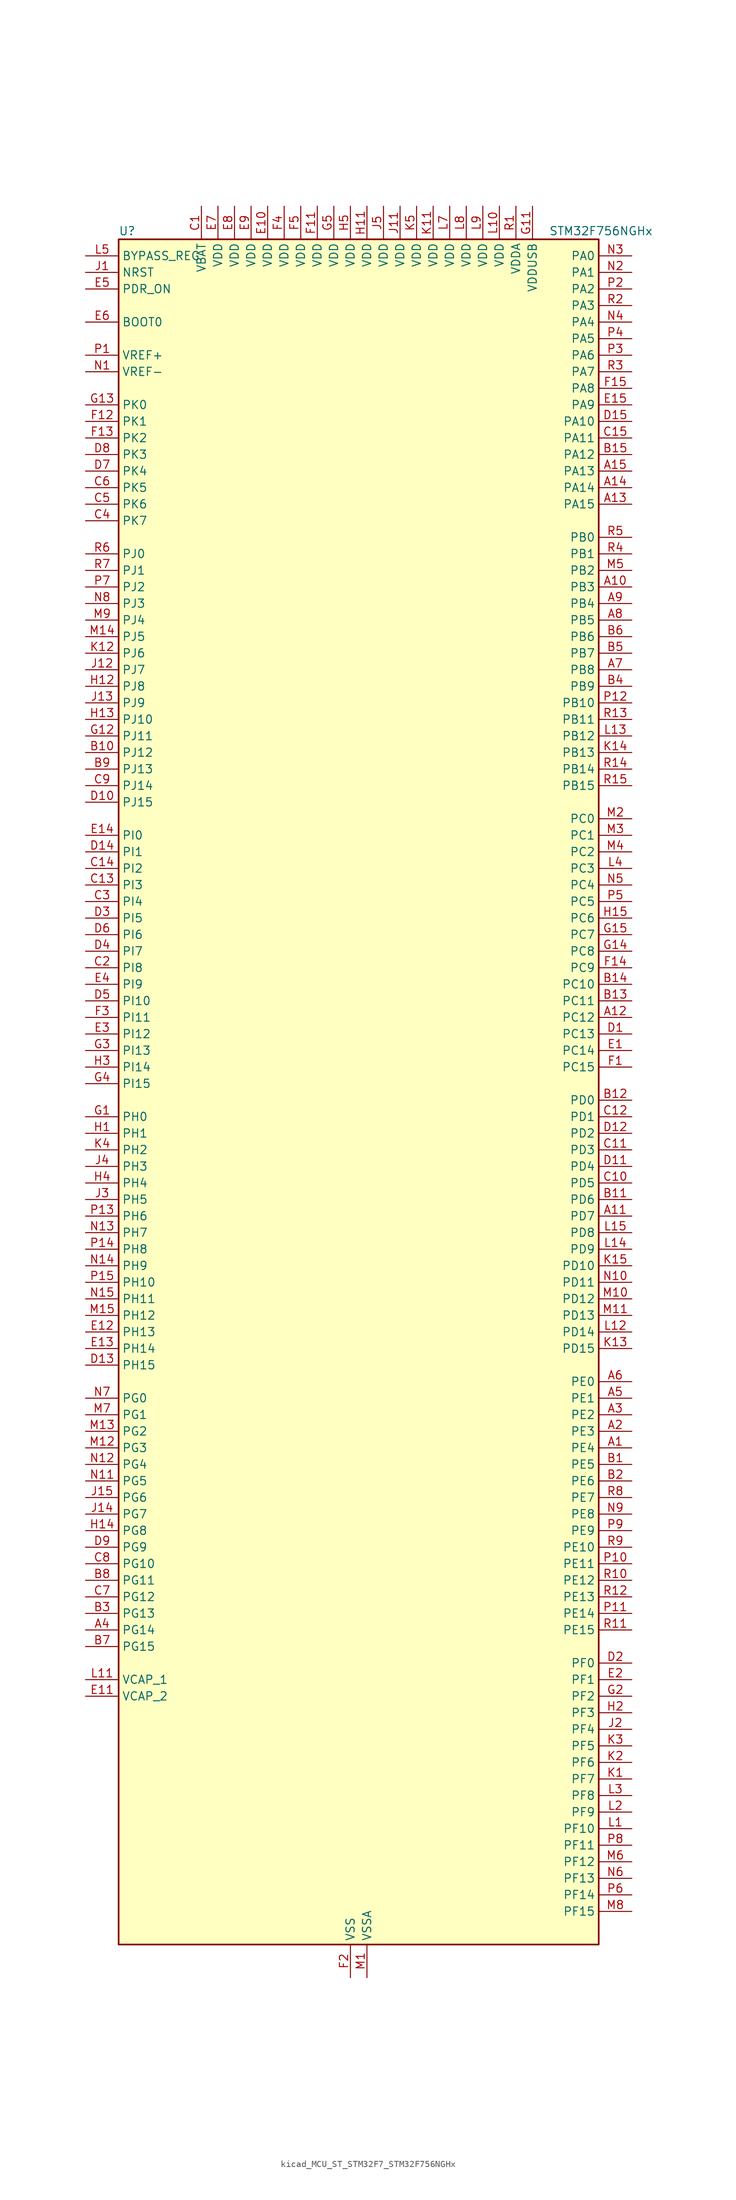
<source format=kicad_sym>
(kicad_symbol_lib
  (version 20220914)
  (generator kicad_symbol_editor)
  (symbol "kicad_MCU_ST_STM32F7_STM32F756NGHx"
    (property "Reference" "U"
      (at -35.56 133.35 0)
      (effects (font (size 1.27 1.27)) (justify left)))
    (property "Value" "STM32F756NGHx"
      (at 30.48 133.35 0)
      (effects (font (size 1.27 1.27)) (justify left)))
    (property "ki_locked" ""
      (at 0 0 0)
      (effects (font (size 1.27 1.27))))
    (symbol "kicad_MCU_ST_STM32F7_STM32F756NGHx_0_1"
      (rectangle (start -35.56 -129.54) (end 38.1 132.08) (stroke (width 0.254) (type default)) (fill (type background))))
    (symbol "kicad_MCU_ST_STM32F7_STM32F756NGHx_1_1"
      (pin bidirectional line (at 43.18 -53.34 180) (length 5.08) (name "PE4" (effects (font (size 1.27 1.27)))) (number "A1" (effects (font (size 1.27 1.27)))) (alternate "DCMI_D4" bidirectional line) (alternate "FMC_A20" bidirectional line) (alternate "LTDC_B0" bidirectional line) (alternate "SAI1_FS_A" bidirectional line) (alternate "SPI4_NSS" bidirectional line) (alternate "SYS_TRACED1" bidirectional line))
      (pin bidirectional line (at 43.18 78.74 180) (length 5.08) (name "PB3" (effects (font (size 1.27 1.27)))) (number "A10" (effects (font (size 1.27 1.27)))) (alternate "I2S1_CK" bidirectional line) (alternate "I2S3_CK" bidirectional line) (alternate "SPI1_SCK" bidirectional line) (alternate "SPI3_SCK" bidirectional line) (alternate "SYS_JTDO-SWO" bidirectional line) (alternate "TIM2_CH2" bidirectional line))
      (pin bidirectional line (at 43.18 -17.78 180) (length 5.08) (name "PD7" (effects (font (size 1.27 1.27)))) (number "A11" (effects (font (size 1.27 1.27)))) (alternate "FMC_NE1" bidirectional line) (alternate "SPDIFRX_IN0" bidirectional line) (alternate "USART2_CK" bidirectional line))
      (pin bidirectional line (at 43.18 12.7 180) (length 5.08) (name "PC12" (effects (font (size 1.27 1.27)))) (number "A12" (effects (font (size 1.27 1.27)))) (alternate "DCMI_D9" bidirectional line) (alternate "I2S3_SD" bidirectional line) (alternate "SDMMC1_CK" bidirectional line) (alternate "SPI3_MOSI" bidirectional line) (alternate "SYS_TRACED3" bidirectional line) (alternate "UART5_TX" bidirectional line) (alternate "USART3_CK" bidirectional line))
      (pin bidirectional line (at 43.18 91.44 180) (length 5.08) (name "PA15" (effects (font (size 1.27 1.27)))) (number "A13" (effects (font (size 1.27 1.27)))) (alternate "CEC" bidirectional line) (alternate "I2S1_WS" bidirectional line) (alternate "I2S3_WS" bidirectional line) (alternate "SPI1_NSS" bidirectional line) (alternate "SPI3_NSS" bidirectional line) (alternate "SYS_JTDI" bidirectional line) (alternate "TIM2_CH1" bidirectional line) (alternate "TIM2_ETR" bidirectional line) (alternate "UART4_DE" bidirectional line) (alternate "UART4_RTS" bidirectional line))
      (pin bidirectional line (at 43.18 93.98 180) (length 5.08) (name "PA14" (effects (font (size 1.27 1.27)))) (number "A14" (effects (font (size 1.27 1.27)))) (alternate "SYS_JTCK-SWCLK" bidirectional line))
      (pin bidirectional line (at 43.18 96.52 180) (length 5.08) (name "PA13" (effects (font (size 1.27 1.27)))) (number "A15" (effects (font (size 1.27 1.27)))) (alternate "SYS_JTMS-SWDIO" bidirectional line))
      (pin bidirectional line (at 43.18 -50.8 180) (length 5.08) (name "PE3" (effects (font (size 1.27 1.27)))) (number "A2" (effects (font (size 1.27 1.27)))) (alternate "FMC_A19" bidirectional line) (alternate "SAI1_SD_B" bidirectional line) (alternate "SYS_TRACED0" bidirectional line))
      (pin bidirectional line (at 43.18 -48.26 180) (length 5.08) (name "PE2" (effects (font (size 1.27 1.27)))) (number "A3" (effects (font (size 1.27 1.27)))) (alternate "ETH_TXD3" bidirectional line) (alternate "FMC_A23" bidirectional line) (alternate "QUADSPI_BK1_IO2" bidirectional line) (alternate "SAI1_MCLK_A" bidirectional line) (alternate "SPI4_SCK" bidirectional line) (alternate "SYS_TRACECLK" bidirectional line))
      (pin bidirectional line (at -40.64 -81.28 0) (length 5.08) (name "PG14" (effects (font (size 1.27 1.27)))) (number "A4" (effects (font (size 1.27 1.27)))) (alternate "ETH_TXD1" bidirectional line) (alternate "FMC_A25" bidirectional line) (alternate "LPTIM1_ETR" bidirectional line) (alternate "LTDC_B0" bidirectional line) (alternate "QUADSPI_BK2_IO3" bidirectional line) (alternate "SPI6_MOSI" bidirectional line) (alternate "SYS_TRACED1" bidirectional line) (alternate "USART6_TX" bidirectional line))
      (pin bidirectional line (at 43.18 -45.72 180) (length 5.08) (name "PE1" (effects (font (size 1.27 1.27)))) (number "A5" (effects (font (size 1.27 1.27)))) (alternate "DCMI_D3" bidirectional line) (alternate "FMC_NBL1" bidirectional line) (alternate "LPTIM1_IN2" bidirectional line) (alternate "UART8_TX" bidirectional line))
      (pin bidirectional line (at 43.18 -43.18 180) (length 5.08) (name "PE0" (effects (font (size 1.27 1.27)))) (number "A6" (effects (font (size 1.27 1.27)))) (alternate "DCMI_D2" bidirectional line) (alternate "FMC_NBL0" bidirectional line) (alternate "LPTIM1_ETR" bidirectional line) (alternate "SAI2_MCLK_A" bidirectional line) (alternate "TIM4_ETR" bidirectional line) (alternate "UART8_RX" bidirectional line))
      (pin bidirectional line (at 43.18 66.04 180) (length 5.08) (name "PB8" (effects (font (size 1.27 1.27)))) (number "A7" (effects (font (size 1.27 1.27)))) (alternate "CAN1_RX" bidirectional line) (alternate "DCMI_D6" bidirectional line) (alternate "ETH_TXD3" bidirectional line) (alternate "I2C1_SCL" bidirectional line) (alternate "LTDC_B6" bidirectional line) (alternate "SDMMC1_D4" bidirectional line) (alternate "TIM10_CH1" bidirectional line) (alternate "TIM4_CH3" bidirectional line))
      (pin bidirectional line (at 43.18 73.66 180) (length 5.08) (name "PB5" (effects (font (size 1.27 1.27)))) (number "A8" (effects (font (size 1.27 1.27)))) (alternate "CAN2_RX" bidirectional line) (alternate "DCMI_D10" bidirectional line) (alternate "ETH_PPS_OUT" bidirectional line) (alternate "FMC_SDCKE1" bidirectional line) (alternate "I2C1_SMBA" bidirectional line) (alternate "I2S1_SD" bidirectional line) (alternate "I2S3_SD" bidirectional line) (alternate "SPI1_MOSI" bidirectional line) (alternate "SPI3_MOSI" bidirectional line) (alternate "TIM3_CH2" bidirectional line) (alternate "USB_OTG_HS_ULPI_D7" bidirectional line))
      (pin bidirectional line (at 43.18 76.2 180) (length 5.08) (name "PB4" (effects (font (size 1.27 1.27)))) (number "A9" (effects (font (size 1.27 1.27)))) (alternate "I2S2_WS" bidirectional line) (alternate "SPI1_MISO" bidirectional line) (alternate "SPI2_NSS" bidirectional line) (alternate "SPI3_MISO" bidirectional line) (alternate "SYS_JTRST" bidirectional line) (alternate "TIM3_CH1" bidirectional line))
      (pin bidirectional line (at 43.18 -55.88 180) (length 5.08) (name "PE5" (effects (font (size 1.27 1.27)))) (number "B1" (effects (font (size 1.27 1.27)))) (alternate "DCMI_D6" bidirectional line) (alternate "FMC_A21" bidirectional line) (alternate "LTDC_G0" bidirectional line) (alternate "SAI1_SCK_A" bidirectional line) (alternate "SPI4_MISO" bidirectional line) (alternate "SYS_TRACED2" bidirectional line) (alternate "TIM9_CH1" bidirectional line))
      (pin bidirectional line (at -40.64 53.34 0) (length 5.08) (name "PJ12" (effects (font (size 1.27 1.27)))) (number "B10" (effects (font (size 1.27 1.27)))) (alternate "LTDC_B0" bidirectional line))
      (pin bidirectional line (at 43.18 -15.24 180) (length 5.08) (name "PD6" (effects (font (size 1.27 1.27)))) (number "B11" (effects (font (size 1.27 1.27)))) (alternate "DCMI_D10" bidirectional line) (alternate "FMC_NWAIT" bidirectional line) (alternate "I2S3_SD" bidirectional line) (alternate "LTDC_B2" bidirectional line) (alternate "SAI1_SD_A" bidirectional line) (alternate "SPI3_MOSI" bidirectional line) (alternate "USART2_RX" bidirectional line))
      (pin bidirectional line (at 43.18 0 180) (length 5.08) (name "PD0" (effects (font (size 1.27 1.27)))) (number "B12" (effects (font (size 1.27 1.27)))) (alternate "CAN1_RX" bidirectional line) (alternate "FMC_D2" bidirectional line) (alternate "FMC_DA2" bidirectional line))
      (pin bidirectional line (at 43.18 15.24 180) (length 5.08) (name "PC11" (effects (font (size 1.27 1.27)))) (number "B13" (effects (font (size 1.27 1.27)))) (alternate "ADC1_EXTI11" bidirectional line) (alternate "ADC2_EXTI11" bidirectional line) (alternate "ADC3_EXTI11" bidirectional line) (alternate "DCMI_D4" bidirectional line) (alternate "QUADSPI_BK2_NCS" bidirectional line) (alternate "SDMMC1_D3" bidirectional line) (alternate "SPI3_MISO" bidirectional line) (alternate "UART4_RX" bidirectional line) (alternate "USART3_RX" bidirectional line))
      (pin bidirectional line (at 43.18 17.78 180) (length 5.08) (name "PC10" (effects (font (size 1.27 1.27)))) (number "B14" (effects (font (size 1.27 1.27)))) (alternate "DCMI_D8" bidirectional line) (alternate "I2S3_CK" bidirectional line) (alternate "LTDC_R2" bidirectional line) (alternate "QUADSPI_BK1_IO1" bidirectional line) (alternate "SDMMC1_D2" bidirectional line) (alternate "SPI3_SCK" bidirectional line) (alternate "UART4_TX" bidirectional line) (alternate "USART3_TX" bidirectional line))
      (pin bidirectional line (at 43.18 99.06 180) (length 5.08) (name "PA12" (effects (font (size 1.27 1.27)))) (number "B15" (effects (font (size 1.27 1.27)))) (alternate "CAN1_TX" bidirectional line) (alternate "LTDC_R5" bidirectional line) (alternate "SAI2_FS_B" bidirectional line) (alternate "TIM1_ETR" bidirectional line) (alternate "USART1_DE" bidirectional line) (alternate "USART1_RTS" bidirectional line) (alternate "USB_OTG_FS_DP" bidirectional line))
      (pin bidirectional line (at 43.18 -58.42 180) (length 5.08) (name "PE6" (effects (font (size 1.27 1.27)))) (number "B2" (effects (font (size 1.27 1.27)))) (alternate "DCMI_D7" bidirectional line) (alternate "FMC_A22" bidirectional line) (alternate "LTDC_G1" bidirectional line) (alternate "SAI1_SD_A" bidirectional line) (alternate "SAI2_MCLK_B" bidirectional line) (alternate "SPI4_MOSI" bidirectional line) (alternate "SYS_TRACED3" bidirectional line) (alternate "TIM1_BKIN2" bidirectional line) (alternate "TIM9_CH2" bidirectional line))
      (pin bidirectional line (at -40.64 -78.74 0) (length 5.08) (name "PG13" (effects (font (size 1.27 1.27)))) (number "B3" (effects (font (size 1.27 1.27)))) (alternate "ETH_TXD0" bidirectional line) (alternate "FMC_A24" bidirectional line) (alternate "LPTIM1_OUT" bidirectional line) (alternate "LTDC_R0" bidirectional line) (alternate "SPI6_SCK" bidirectional line) (alternate "SYS_TRACED0" bidirectional line) (alternate "USART6_CTS" bidirectional line))
      (pin bidirectional line (at 43.18 63.5 180) (length 5.08) (name "PB9" (effects (font (size 1.27 1.27)))) (number "B4" (effects (font (size 1.27 1.27)))) (alternate "CAN1_TX" bidirectional line) (alternate "DAC_EXTI9" bidirectional line) (alternate "DCMI_D7" bidirectional line) (alternate "I2C1_SDA" bidirectional line) (alternate "I2S2_WS" bidirectional line) (alternate "LTDC_B7" bidirectional line) (alternate "SDMMC1_D5" bidirectional line) (alternate "SPI2_NSS" bidirectional line) (alternate "TIM11_CH1" bidirectional line) (alternate "TIM4_CH4" bidirectional line))
      (pin bidirectional line (at 43.18 68.58 180) (length 5.08) (name "PB7" (effects (font (size 1.27 1.27)))) (number "B5" (effects (font (size 1.27 1.27)))) (alternate "DCMI_VSYNC" bidirectional line) (alternate "FMC_NL" bidirectional line) (alternate "I2C1_SDA" bidirectional line) (alternate "TIM4_CH2" bidirectional line) (alternate "USART1_RX" bidirectional line))
      (pin bidirectional line (at 43.18 71.12 180) (length 5.08) (name "PB6" (effects (font (size 1.27 1.27)))) (number "B6" (effects (font (size 1.27 1.27)))) (alternate "CAN2_TX" bidirectional line) (alternate "CEC" bidirectional line) (alternate "DCMI_D5" bidirectional line) (alternate "FMC_SDNE1" bidirectional line) (alternate "I2C1_SCL" bidirectional line) (alternate "QUADSPI_BK1_NCS" bidirectional line) (alternate "TIM4_CH1" bidirectional line) (alternate "USART1_TX" bidirectional line))
      (pin bidirectional line (at -40.64 -83.82 0) (length 5.08) (name "PG15" (effects (font (size 1.27 1.27)))) (number "B7" (effects (font (size 1.27 1.27)))) (alternate "DCMI_D13" bidirectional line) (alternate "FMC_SDNCAS" bidirectional line) (alternate "USART6_CTS" bidirectional line))
      (pin bidirectional line (at -40.64 -73.66 0) (length 5.08) (name "PG11" (effects (font (size 1.27 1.27)))) (number "B8" (effects (font (size 1.27 1.27)))) (alternate "ADC1_EXTI11" bidirectional line) (alternate "ADC2_EXTI11" bidirectional line) (alternate "ADC3_EXTI11" bidirectional line) (alternate "DCMI_D3" bidirectional line) (alternate "ETH_TX_EN" bidirectional line) (alternate "LTDC_B3" bidirectional line) (alternate "SPDIFRX_IN0" bidirectional line))
      (pin bidirectional line (at -40.64 50.8 0) (length 5.08) (name "PJ13" (effects (font (size 1.27 1.27)))) (number "B9" (effects (font (size 1.27 1.27)))) (alternate "LTDC_B1" bidirectional line))
      (pin power_in line (at -22.86 137.16 270) (length 5.08) (name "VBAT" (effects (font (size 1.27 1.27)))) (number "C1" (effects (font (size 1.27 1.27)))))
      (pin bidirectional line (at 43.18 -12.7 180) (length 5.08) (name "PD5" (effects (font (size 1.27 1.27)))) (number "C10" (effects (font (size 1.27 1.27)))) (alternate "FMC_NWE" bidirectional line) (alternate "USART2_TX" bidirectional line))
      (pin bidirectional line (at 43.18 -7.62 180) (length 5.08) (name "PD3" (effects (font (size 1.27 1.27)))) (number "C11" (effects (font (size 1.27 1.27)))) (alternate "DCMI_D5" bidirectional line) (alternate "FMC_CLK" bidirectional line) (alternate "I2S2_CK" bidirectional line) (alternate "LTDC_G7" bidirectional line) (alternate "SPI2_SCK" bidirectional line) (alternate "USART2_CTS" bidirectional line))
      (pin bidirectional line (at 43.18 -2.54 180) (length 5.08) (name "PD1" (effects (font (size 1.27 1.27)))) (number "C12" (effects (font (size 1.27 1.27)))) (alternate "CAN1_TX" bidirectional line) (alternate "FMC_D3" bidirectional line) (alternate "FMC_DA3" bidirectional line))
      (pin bidirectional line (at -40.64 33.02 0) (length 5.08) (name "PI3" (effects (font (size 1.27 1.27)))) (number "C13" (effects (font (size 1.27 1.27)))) (alternate "DCMI_D10" bidirectional line) (alternate "FMC_D27" bidirectional line) (alternate "I2S2_SD" bidirectional line) (alternate "SPI2_MOSI" bidirectional line) (alternate "TIM8_ETR" bidirectional line))
      (pin bidirectional line (at -40.64 35.56 0) (length 5.08) (name "PI2" (effects (font (size 1.27 1.27)))) (number "C14" (effects (font (size 1.27 1.27)))) (alternate "DCMI_D9" bidirectional line) (alternate "FMC_D26" bidirectional line) (alternate "LTDC_G7" bidirectional line) (alternate "SPI2_MISO" bidirectional line) (alternate "TIM8_CH4" bidirectional line))
      (pin bidirectional line (at 43.18 101.6 180) (length 5.08) (name "PA11" (effects (font (size 1.27 1.27)))) (number "C15" (effects (font (size 1.27 1.27)))) (alternate "ADC1_EXTI11" bidirectional line) (alternate "ADC2_EXTI11" bidirectional line) (alternate "ADC3_EXTI11" bidirectional line) (alternate "CAN1_RX" bidirectional line) (alternate "LTDC_R4" bidirectional line) (alternate "TIM1_CH4" bidirectional line) (alternate "USART1_CTS" bidirectional line) (alternate "USB_OTG_FS_DM" bidirectional line))
      (pin bidirectional line (at -40.64 20.32 0) (length 5.08) (name "PI8" (effects (font (size 1.27 1.27)))) (number "C2" (effects (font (size 1.27 1.27)))) (alternate "RTC_TAMP2" bidirectional line) (alternate "RTC_TS" bidirectional line) (alternate "SYS_WKUP5" bidirectional line))
      (pin bidirectional line (at -40.64 30.48 0) (length 5.08) (name "PI4" (effects (font (size 1.27 1.27)))) (number "C3" (effects (font (size 1.27 1.27)))) (alternate "DCMI_D5" bidirectional line) (alternate "FMC_NBL2" bidirectional line) (alternate "LTDC_B4" bidirectional line) (alternate "SAI2_MCLK_A" bidirectional line) (alternate "TIM8_BKIN" bidirectional line))
      (pin bidirectional line (at -40.64 88.9 0) (length 5.08) (name "PK7" (effects (font (size 1.27 1.27)))) (number "C4" (effects (font (size 1.27 1.27)))) (alternate "LTDC_DE" bidirectional line))
      (pin bidirectional line (at -40.64 91.44 0) (length 5.08) (name "PK6" (effects (font (size 1.27 1.27)))) (number "C5" (effects (font (size 1.27 1.27)))) (alternate "LTDC_B7" bidirectional line))
      (pin bidirectional line (at -40.64 93.98 0) (length 5.08) (name "PK5" (effects (font (size 1.27 1.27)))) (number "C6" (effects (font (size 1.27 1.27)))) (alternate "LTDC_B6" bidirectional line))
      (pin bidirectional line (at -40.64 -76.2 0) (length 5.08) (name "PG12" (effects (font (size 1.27 1.27)))) (number "C7" (effects (font (size 1.27 1.27)))) (alternate "FMC_NE4" bidirectional line) (alternate "LPTIM1_IN1" bidirectional line) (alternate "LTDC_B1" bidirectional line) (alternate "LTDC_B4" bidirectional line) (alternate "SPDIFRX_IN1" bidirectional line) (alternate "SPI6_MISO" bidirectional line) (alternate "USART6_DE" bidirectional line) (alternate "USART6_RTS" bidirectional line))
      (pin bidirectional line (at -40.64 -71.12 0) (length 5.08) (name "PG10" (effects (font (size 1.27 1.27)))) (number "C8" (effects (font (size 1.27 1.27)))) (alternate "DCMI_D2" bidirectional line) (alternate "FMC_NE3" bidirectional line) (alternate "LTDC_B2" bidirectional line) (alternate "LTDC_G3" bidirectional line) (alternate "SAI2_SD_B" bidirectional line))
      (pin bidirectional line (at -40.64 48.26 0) (length 5.08) (name "PJ14" (effects (font (size 1.27 1.27)))) (number "C9" (effects (font (size 1.27 1.27)))) (alternate "LTDC_B2" bidirectional line))
      (pin bidirectional line (at 43.18 10.16 180) (length 5.08) (name "PC13" (effects (font (size 1.27 1.27)))) (number "D1" (effects (font (size 1.27 1.27)))) (alternate "RTC_OUT" bidirectional line) (alternate "RTC_TAMP1" bidirectional line) (alternate "RTC_TS" bidirectional line) (alternate "SYS_WKUP4" bidirectional line))
      (pin bidirectional line (at -40.64 45.72 0) (length 5.08) (name "PJ15" (effects (font (size 1.27 1.27)))) (number "D10" (effects (font (size 1.27 1.27)))) (alternate "LTDC_B3" bidirectional line))
      (pin bidirectional line (at 43.18 -10.16 180) (length 5.08) (name "PD4" (effects (font (size 1.27 1.27)))) (number "D11" (effects (font (size 1.27 1.27)))) (alternate "FMC_NOE" bidirectional line) (alternate "USART2_DE" bidirectional line) (alternate "USART2_RTS" bidirectional line))
      (pin bidirectional line (at 43.18 -5.08 180) (length 5.08) (name "PD2" (effects (font (size 1.27 1.27)))) (number "D12" (effects (font (size 1.27 1.27)))) (alternate "DCMI_D11" bidirectional line) (alternate "SDMMC1_CMD" bidirectional line) (alternate "SYS_TRACED2" bidirectional line) (alternate "TIM3_ETR" bidirectional line) (alternate "UART5_RX" bidirectional line))
      (pin bidirectional line (at -40.64 -40.64 0) (length 5.08) (name "PH15" (effects (font (size 1.27 1.27)))) (number "D13" (effects (font (size 1.27 1.27)))) (alternate "DCMI_D11" bidirectional line) (alternate "FMC_D23" bidirectional line) (alternate "LTDC_G4" bidirectional line) (alternate "TIM8_CH3N" bidirectional line))
      (pin bidirectional line (at -40.64 38.1 0) (length 5.08) (name "PI1" (effects (font (size 1.27 1.27)))) (number "D14" (effects (font (size 1.27 1.27)))) (alternate "DCMI_D8" bidirectional line) (alternate "FMC_D25" bidirectional line) (alternate "I2S2_CK" bidirectional line) (alternate "LTDC_G6" bidirectional line) (alternate "SPI2_SCK" bidirectional line) (alternate "TIM8_BKIN2" bidirectional line))
      (pin bidirectional line (at 43.18 104.14 180) (length 5.08) (name "PA10" (effects (font (size 1.27 1.27)))) (number "D15" (effects (font (size 1.27 1.27)))) (alternate "DCMI_D1" bidirectional line) (alternate "TIM1_CH3" bidirectional line) (alternate "USART1_RX" bidirectional line) (alternate "USB_OTG_FS_ID" bidirectional line))
      (pin bidirectional line (at 43.18 -86.36 180) (length 5.08) (name "PF0" (effects (font (size 1.27 1.27)))) (number "D2" (effects (font (size 1.27 1.27)))) (alternate "FMC_A0" bidirectional line) (alternate "I2C2_SDA" bidirectional line))
      (pin bidirectional line (at -40.64 27.94 0) (length 5.08) (name "PI5" (effects (font (size 1.27 1.27)))) (number "D3" (effects (font (size 1.27 1.27)))) (alternate "DCMI_VSYNC" bidirectional line) (alternate "FMC_NBL3" bidirectional line) (alternate "LTDC_B5" bidirectional line) (alternate "SAI2_SCK_A" bidirectional line) (alternate "TIM8_CH1" bidirectional line))
      (pin bidirectional line (at -40.64 22.86 0) (length 5.08) (name "PI7" (effects (font (size 1.27 1.27)))) (number "D4" (effects (font (size 1.27 1.27)))) (alternate "DCMI_D7" bidirectional line) (alternate "FMC_D29" bidirectional line) (alternate "LTDC_B7" bidirectional line) (alternate "SAI2_FS_A" bidirectional line) (alternate "TIM8_CH3" bidirectional line))
      (pin bidirectional line (at -40.64 15.24 0) (length 5.08) (name "PI10" (effects (font (size 1.27 1.27)))) (number "D5" (effects (font (size 1.27 1.27)))) (alternate "ETH_RX_ER" bidirectional line) (alternate "FMC_D31" bidirectional line) (alternate "LTDC_HSYNC" bidirectional line))
      (pin bidirectional line (at -40.64 25.4 0) (length 5.08) (name "PI6" (effects (font (size 1.27 1.27)))) (number "D6" (effects (font (size 1.27 1.27)))) (alternate "DCMI_D6" bidirectional line) (alternate "FMC_D28" bidirectional line) (alternate "LTDC_B6" bidirectional line) (alternate "SAI2_SD_A" bidirectional line) (alternate "TIM8_CH2" bidirectional line))
      (pin bidirectional line (at -40.64 96.52 0) (length 5.08) (name "PK4" (effects (font (size 1.27 1.27)))) (number "D7" (effects (font (size 1.27 1.27)))) (alternate "LTDC_B5" bidirectional line))
      (pin bidirectional line (at -40.64 99.06 0) (length 5.08) (name "PK3" (effects (font (size 1.27 1.27)))) (number "D8" (effects (font (size 1.27 1.27)))) (alternate "LTDC_B4" bidirectional line))
      (pin bidirectional line (at -40.64 -68.58 0) (length 5.08) (name "PG9" (effects (font (size 1.27 1.27)))) (number "D9" (effects (font (size 1.27 1.27)))) (alternate "DAC_EXTI9" bidirectional line) (alternate "DCMI_VSYNC" bidirectional line) (alternate "FMC_NCE" bidirectional line) (alternate "FMC_NE2" bidirectional line) (alternate "QUADSPI_BK2_IO2" bidirectional line) (alternate "SAI2_FS_B" bidirectional line) (alternate "SPDIFRX_IN3" bidirectional line) (alternate "USART6_RX" bidirectional line))
      (pin bidirectional line (at 43.18 7.62 180) (length 5.08) (name "PC14" (effects (font (size 1.27 1.27)))) (number "E1" (effects (font (size 1.27 1.27)))) (alternate "RCC_OSC32_IN" bidirectional line))
      (pin power_in line (at -12.7 137.16 270) (length 5.08) (name "VDD" (effects (font (size 1.27 1.27)))) (number "E10" (effects (font (size 1.27 1.27)))))
      (pin power_out line (at -40.64 -91.44 0) (length 5.08) (name "VCAP_2" (effects (font (size 1.27 1.27)))) (number "E11" (effects (font (size 1.27 1.27)))))
      (pin bidirectional line (at -40.64 -35.56 0) (length 5.08) (name "PH13" (effects (font (size 1.27 1.27)))) (number "E12" (effects (font (size 1.27 1.27)))) (alternate "CAN1_TX" bidirectional line) (alternate "FMC_D21" bidirectional line) (alternate "LTDC_G2" bidirectional line) (alternate "TIM8_CH1N" bidirectional line))
      (pin bidirectional line (at -40.64 -38.1 0) (length 5.08) (name "PH14" (effects (font (size 1.27 1.27)))) (number "E13" (effects (font (size 1.27 1.27)))) (alternate "DCMI_D4" bidirectional line) (alternate "FMC_D22" bidirectional line) (alternate "LTDC_G3" bidirectional line) (alternate "TIM8_CH2N" bidirectional line))
      (pin bidirectional line (at -40.64 40.64 0) (length 5.08) (name "PI0" (effects (font (size 1.27 1.27)))) (number "E14" (effects (font (size 1.27 1.27)))) (alternate "DCMI_D13" bidirectional line) (alternate "FMC_D24" bidirectional line) (alternate "I2S2_WS" bidirectional line) (alternate "LTDC_G5" bidirectional line) (alternate "SPI2_NSS" bidirectional line) (alternate "TIM5_CH4" bidirectional line))
      (pin bidirectional line (at 43.18 106.68 180) (length 5.08) (name "PA9" (effects (font (size 1.27 1.27)))) (number "E15" (effects (font (size 1.27 1.27)))) (alternate "DAC_EXTI9" bidirectional line) (alternate "DCMI_D0" bidirectional line) (alternate "I2C3_SMBA" bidirectional line) (alternate "I2S2_CK" bidirectional line) (alternate "SPI2_SCK" bidirectional line) (alternate "TIM1_CH2" bidirectional line) (alternate "USART1_TX" bidirectional line) (alternate "USB_OTG_FS_VBUS" bidirectional line))
      (pin bidirectional line (at 43.18 -88.9 180) (length 5.08) (name "PF1" (effects (font (size 1.27 1.27)))) (number "E2" (effects (font (size 1.27 1.27)))) (alternate "FMC_A1" bidirectional line) (alternate "I2C2_SCL" bidirectional line))
      (pin bidirectional line (at -40.64 10.16 0) (length 5.08) (name "PI12" (effects (font (size 1.27 1.27)))) (number "E3" (effects (font (size 1.27 1.27)))) (alternate "LTDC_HSYNC" bidirectional line))
      (pin bidirectional line (at -40.64 17.78 0) (length 5.08) (name "PI9" (effects (font (size 1.27 1.27)))) (number "E4" (effects (font (size 1.27 1.27)))) (alternate "CAN1_RX" bidirectional line) (alternate "DAC_EXTI9" bidirectional line) (alternate "FMC_D30" bidirectional line) (alternate "LTDC_VSYNC" bidirectional line))
      (pin input line (at -40.64 124.46 0) (length 5.08) (name "PDR_ON" (effects (font (size 1.27 1.27)))) (number "E5" (effects (font (size 1.27 1.27)))))
      (pin input line (at -40.64 119.38 0) (length 5.08) (name "BOOT0" (effects (font (size 1.27 1.27)))) (number "E6" (effects (font (size 1.27 1.27)))))
      (pin power_in line (at -20.32 137.16 270) (length 5.08) (name "VDD" (effects (font (size 1.27 1.27)))) (number "E7" (effects (font (size 1.27 1.27)))))
      (pin power_in line (at -17.78 137.16 270) (length 5.08) (name "VDD" (effects (font (size 1.27 1.27)))) (number "E8" (effects (font (size 1.27 1.27)))))
      (pin power_in line (at -15.24 137.16 270) (length 5.08) (name "VDD" (effects (font (size 1.27 1.27)))) (number "E9" (effects (font (size 1.27 1.27)))))
      (pin bidirectional line (at 43.18 5.08 180) (length 5.08) (name "PC15" (effects (font (size 1.27 1.27)))) (number "F1" (effects (font (size 1.27 1.27)))) (alternate "RCC_OSC32_OUT" bidirectional line))
      (pin passive line (at 0 -134.62 90) (length 5.08) hide (name "VSS" (effects (font (size 1.27 1.27)))) (number "F10" (effects (font (size 1.27 1.27)))))
      (pin power_in line (at -5.08 137.16 270) (length 5.08) (name "VDD" (effects (font (size 1.27 1.27)))) (number "F11" (effects (font (size 1.27 1.27)))))
      (pin bidirectional line (at -40.64 104.14 0) (length 5.08) (name "PK1" (effects (font (size 1.27 1.27)))) (number "F12" (effects (font (size 1.27 1.27)))) (alternate "LTDC_G6" bidirectional line))
      (pin bidirectional line (at -40.64 101.6 0) (length 5.08) (name "PK2" (effects (font (size 1.27 1.27)))) (number "F13" (effects (font (size 1.27 1.27)))) (alternate "LTDC_G7" bidirectional line))
      (pin bidirectional line (at 43.18 20.32 180) (length 5.08) (name "PC9" (effects (font (size 1.27 1.27)))) (number "F14" (effects (font (size 1.27 1.27)))) (alternate "DAC_EXTI9" bidirectional line) (alternate "DCMI_D3" bidirectional line) (alternate "I2C3_SDA" bidirectional line) (alternate "I2S_CKIN" bidirectional line) (alternate "QUADSPI_BK1_IO0" bidirectional line) (alternate "RCC_MCO_2" bidirectional line) (alternate "SDMMC1_D1" bidirectional line) (alternate "TIM3_CH4" bidirectional line) (alternate "TIM8_CH4" bidirectional line) (alternate "UART5_CTS" bidirectional line))
      (pin bidirectional line (at 43.18 109.22 180) (length 5.08) (name "PA8" (effects (font (size 1.27 1.27)))) (number "F15" (effects (font (size 1.27 1.27)))) (alternate "I2C3_SCL" bidirectional line) (alternate "LTDC_R6" bidirectional line) (alternate "RCC_MCO_1" bidirectional line) (alternate "TIM1_CH1" bidirectional line) (alternate "TIM8_BKIN2" bidirectional line) (alternate "USART1_CK" bidirectional line) (alternate "USB_OTG_FS_SOF" bidirectional line))
      (pin power_in line (at 0 -134.62 90) (length 5.08) (name "VSS" (effects (font (size 1.27 1.27)))) (number "F2" (effects (font (size 1.27 1.27)))))
      (pin bidirectional line (at -40.64 12.7 0) (length 5.08) (name "PI11" (effects (font (size 1.27 1.27)))) (number "F3" (effects (font (size 1.27 1.27)))) (alternate "ADC1_EXTI11" bidirectional line) (alternate "ADC2_EXTI11" bidirectional line) (alternate "ADC3_EXTI11" bidirectional line) (alternate "SYS_WKUP6" bidirectional line) (alternate "USB_OTG_HS_ULPI_DIR" bidirectional line))
      (pin power_in line (at -10.16 137.16 270) (length 5.08) (name "VDD" (effects (font (size 1.27 1.27)))) (number "F4" (effects (font (size 1.27 1.27)))))
      (pin power_in line (at -7.62 137.16 270) (length 5.08) (name "VDD" (effects (font (size 1.27 1.27)))) (number "F5" (effects (font (size 1.27 1.27)))))
      (pin passive line (at 0 -134.62 90) (length 5.08) hide (name "VSS" (effects (font (size 1.27 1.27)))) (number "F6" (effects (font (size 1.27 1.27)))))
      (pin passive line (at 0 -134.62 90) (length 5.08) hide (name "VSS" (effects (font (size 1.27 1.27)))) (number "F7" (effects (font (size 1.27 1.27)))))
      (pin passive line (at 0 -134.62 90) (length 5.08) hide (name "VSS" (effects (font (size 1.27 1.27)))) (number "F8" (effects (font (size 1.27 1.27)))))
      (pin passive line (at 0 -134.62 90) (length 5.08) hide (name "VSS" (effects (font (size 1.27 1.27)))) (number "F9" (effects (font (size 1.27 1.27)))))
      (pin bidirectional line (at -40.64 -2.54 0) (length 5.08) (name "PH0" (effects (font (size 1.27 1.27)))) (number "G1" (effects (font (size 1.27 1.27)))) (alternate "RCC_OSC_IN" bidirectional line))
      (pin passive line (at 0 -134.62 90) (length 5.08) hide (name "VSS" (effects (font (size 1.27 1.27)))) (number "G10" (effects (font (size 1.27 1.27)))))
      (pin power_in line (at 27.94 137.16 270) (length 5.08) (name "VDDUSB" (effects (font (size 1.27 1.27)))) (number "G11" (effects (font (size 1.27 1.27)))))
      (pin bidirectional line (at -40.64 55.88 0) (length 5.08) (name "PJ11" (effects (font (size 1.27 1.27)))) (number "G12" (effects (font (size 1.27 1.27)))) (alternate "ADC1_EXTI11" bidirectional line) (alternate "ADC2_EXTI11" bidirectional line) (alternate "ADC3_EXTI11" bidirectional line) (alternate "LTDC_G4" bidirectional line))
      (pin bidirectional line (at -40.64 106.68 0) (length 5.08) (name "PK0" (effects (font (size 1.27 1.27)))) (number "G13" (effects (font (size 1.27 1.27)))) (alternate "LTDC_G5" bidirectional line))
      (pin bidirectional line (at 43.18 22.86 180) (length 5.08) (name "PC8" (effects (font (size 1.27 1.27)))) (number "G14" (effects (font (size 1.27 1.27)))) (alternate "DCMI_D2" bidirectional line) (alternate "SDMMC1_D0" bidirectional line) (alternate "SYS_TRACED1" bidirectional line) (alternate "TIM3_CH3" bidirectional line) (alternate "TIM8_CH3" bidirectional line) (alternate "UART5_DE" bidirectional line) (alternate "UART5_RTS" bidirectional line) (alternate "USART6_CK" bidirectional line))
      (pin bidirectional line (at 43.18 25.4 180) (length 5.08) (name "PC7" (effects (font (size 1.27 1.27)))) (number "G15" (effects (font (size 1.27 1.27)))) (alternate "DCMI_D1" bidirectional line) (alternate "I2S3_MCK" bidirectional line) (alternate "LTDC_G6" bidirectional line) (alternate "SDMMC1_D7" bidirectional line) (alternate "TIM3_CH2" bidirectional line) (alternate "TIM8_CH2" bidirectional line) (alternate "USART6_RX" bidirectional line))
      (pin bidirectional line (at 43.18 -91.44 180) (length 5.08) (name "PF2" (effects (font (size 1.27 1.27)))) (number "G2" (effects (font (size 1.27 1.27)))) (alternate "FMC_A2" bidirectional line) (alternate "I2C2_SMBA" bidirectional line))
      (pin bidirectional line (at -40.64 7.62 0) (length 5.08) (name "PI13" (effects (font (size 1.27 1.27)))) (number "G3" (effects (font (size 1.27 1.27)))) (alternate "LTDC_VSYNC" bidirectional line))
      (pin bidirectional line (at -40.64 2.54 0) (length 5.08) (name "PI15" (effects (font (size 1.27 1.27)))) (number "G4" (effects (font (size 1.27 1.27)))) (alternate "LTDC_R0" bidirectional line))
      (pin power_in line (at -2.54 137.16 270) (length 5.08) (name "VDD" (effects (font (size 1.27 1.27)))) (number "G5" (effects (font (size 1.27 1.27)))))
      (pin passive line (at 0 -134.62 90) (length 5.08) hide (name "VSS" (effects (font (size 1.27 1.27)))) (number "G6" (effects (font (size 1.27 1.27)))))
      (pin bidirectional line (at -40.64 -5.08 0) (length 5.08) (name "PH1" (effects (font (size 1.27 1.27)))) (number "H1" (effects (font (size 1.27 1.27)))) (alternate "RCC_OSC_OUT" bidirectional line))
      (pin passive line (at 0 -134.62 90) (length 5.08) hide (name "VSS" (effects (font (size 1.27 1.27)))) (number "H10" (effects (font (size 1.27 1.27)))))
      (pin power_in line (at 2.54 137.16 270) (length 5.08) (name "VDD" (effects (font (size 1.27 1.27)))) (number "H11" (effects (font (size 1.27 1.27)))))
      (pin bidirectional line (at -40.64 63.5 0) (length 5.08) (name "PJ8" (effects (font (size 1.27 1.27)))) (number "H12" (effects (font (size 1.27 1.27)))) (alternate "LTDC_G1" bidirectional line))
      (pin bidirectional line (at -40.64 58.42 0) (length 5.08) (name "PJ10" (effects (font (size 1.27 1.27)))) (number "H13" (effects (font (size 1.27 1.27)))) (alternate "LTDC_G3" bidirectional line))
      (pin bidirectional line (at -40.64 -66.04 0) (length 5.08) (name "PG8" (effects (font (size 1.27 1.27)))) (number "H14" (effects (font (size 1.27 1.27)))) (alternate "ETH_PPS_OUT" bidirectional line) (alternate "FMC_SDCLK" bidirectional line) (alternate "SPDIFRX_IN2" bidirectional line) (alternate "SPI6_NSS" bidirectional line) (alternate "USART6_DE" bidirectional line) (alternate "USART6_RTS" bidirectional line))
      (pin bidirectional line (at 43.18 27.94 180) (length 5.08) (name "PC6" (effects (font (size 1.27 1.27)))) (number "H15" (effects (font (size 1.27 1.27)))) (alternate "DCMI_D0" bidirectional line) (alternate "I2S2_MCK" bidirectional line) (alternate "LTDC_HSYNC" bidirectional line) (alternate "SDMMC1_D6" bidirectional line) (alternate "TIM3_CH1" bidirectional line) (alternate "TIM8_CH1" bidirectional line) (alternate "USART6_TX" bidirectional line))
      (pin bidirectional line (at 43.18 -93.98 180) (length 5.08) (name "PF3" (effects (font (size 1.27 1.27)))) (number "H2" (effects (font (size 1.27 1.27)))) (alternate "ADC3_IN9" bidirectional line) (alternate "FMC_A3" bidirectional line))
      (pin bidirectional line (at -40.64 5.08 0) (length 5.08) (name "PI14" (effects (font (size 1.27 1.27)))) (number "H3" (effects (font (size 1.27 1.27)))) (alternate "LTDC_CLK" bidirectional line))
      (pin bidirectional line (at -40.64 -12.7 0) (length 5.08) (name "PH4" (effects (font (size 1.27 1.27)))) (number "H4" (effects (font (size 1.27 1.27)))) (alternate "I2C2_SCL" bidirectional line) (alternate "USB_OTG_HS_ULPI_NXT" bidirectional line))
      (pin power_in line (at 0 137.16 270) (length 5.08) (name "VDD" (effects (font (size 1.27 1.27)))) (number "H5" (effects (font (size 1.27 1.27)))))
      (pin passive line (at 0 -134.62 90) (length 5.08) hide (name "VSS" (effects (font (size 1.27 1.27)))) (number "H6" (effects (font (size 1.27 1.27)))))
      (pin input line (at -40.64 127 0) (length 5.08) (name "NRST" (effects (font (size 1.27 1.27)))) (number "J1" (effects (font (size 1.27 1.27)))))
      (pin passive line (at 0 -134.62 90) (length 5.08) hide (name "VSS" (effects (font (size 1.27 1.27)))) (number "J10" (effects (font (size 1.27 1.27)))))
      (pin power_in line (at 7.62 137.16 270) (length 5.08) (name "VDD" (effects (font (size 1.27 1.27)))) (number "J11" (effects (font (size 1.27 1.27)))))
      (pin bidirectional line (at -40.64 66.04 0) (length 5.08) (name "PJ7" (effects (font (size 1.27 1.27)))) (number "J12" (effects (font (size 1.27 1.27)))) (alternate "LTDC_G0" bidirectional line))
      (pin bidirectional line (at -40.64 60.96 0) (length 5.08) (name "PJ9" (effects (font (size 1.27 1.27)))) (number "J13" (effects (font (size 1.27 1.27)))) (alternate "DAC_EXTI9" bidirectional line) (alternate "LTDC_G2" bidirectional line))
      (pin bidirectional line (at -40.64 -63.5 0) (length 5.08) (name "PG7" (effects (font (size 1.27 1.27)))) (number "J14" (effects (font (size 1.27 1.27)))) (alternate "DCMI_D13" bidirectional line) (alternate "FMC_INT" bidirectional line) (alternate "LTDC_CLK" bidirectional line) (alternate "USART6_CK" bidirectional line))
      (pin bidirectional line (at -40.64 -60.96 0) (length 5.08) (name "PG6" (effects (font (size 1.27 1.27)))) (number "J15" (effects (font (size 1.27 1.27)))) (alternate "DCMI_D12" bidirectional line) (alternate "LTDC_R7" bidirectional line))
      (pin bidirectional line (at 43.18 -96.52 180) (length 5.08) (name "PF4" (effects (font (size 1.27 1.27)))) (number "J2" (effects (font (size 1.27 1.27)))) (alternate "ADC3_IN14" bidirectional line) (alternate "FMC_A4" bidirectional line))
      (pin bidirectional line (at -40.64 -15.24 0) (length 5.08) (name "PH5" (effects (font (size 1.27 1.27)))) (number "J3" (effects (font (size 1.27 1.27)))) (alternate "FMC_SDNWE" bidirectional line) (alternate "I2C2_SDA" bidirectional line) (alternate "SPI5_NSS" bidirectional line))
      (pin bidirectional line (at -40.64 -10.16 0) (length 5.08) (name "PH3" (effects (font (size 1.27 1.27)))) (number "J4" (effects (font (size 1.27 1.27)))) (alternate "ETH_COL" bidirectional line) (alternate "FMC_SDNE0" bidirectional line) (alternate "LTDC_R1" bidirectional line) (alternate "QUADSPI_BK2_IO1" bidirectional line) (alternate "SAI2_MCLK_B" bidirectional line))
      (pin power_in line (at 5.08 137.16 270) (length 5.08) (name "VDD" (effects (font (size 1.27 1.27)))) (number "J5" (effects (font (size 1.27 1.27)))))
      (pin passive line (at 0 -134.62 90) (length 5.08) hide (name "VSS" (effects (font (size 1.27 1.27)))) (number "J6" (effects (font (size 1.27 1.27)))))
      (pin bidirectional line (at 43.18 -104.14 180) (length 5.08) (name "PF7" (effects (font (size 1.27 1.27)))) (number "K1" (effects (font (size 1.27 1.27)))) (alternate "ADC3_IN5" bidirectional line) (alternate "QUADSPI_BK1_IO2" bidirectional line) (alternate "SAI1_MCLK_B" bidirectional line) (alternate "SPI5_SCK" bidirectional line) (alternate "TIM11_CH1" bidirectional line) (alternate "UART7_TX" bidirectional line))
      (pin passive line (at 0 -134.62 90) (length 5.08) hide (name "VSS" (effects (font (size 1.27 1.27)))) (number "K10" (effects (font (size 1.27 1.27)))))
      (pin power_in line (at 12.7 137.16 270) (length 5.08) (name "VDD" (effects (font (size 1.27 1.27)))) (number "K11" (effects (font (size 1.27 1.27)))))
      (pin bidirectional line (at -40.64 68.58 0) (length 5.08) (name "PJ6" (effects (font (size 1.27 1.27)))) (number "K12" (effects (font (size 1.27 1.27)))) (alternate "LTDC_R7" bidirectional line))
      (pin bidirectional line (at 43.18 -38.1 180) (length 5.08) (name "PD15" (effects (font (size 1.27 1.27)))) (number "K13" (effects (font (size 1.27 1.27)))) (alternate "FMC_D1" bidirectional line) (alternate "FMC_DA1" bidirectional line) (alternate "TIM4_CH4" bidirectional line) (alternate "UART8_DE" bidirectional line) (alternate "UART8_RTS" bidirectional line))
      (pin bidirectional line (at 43.18 53.34 180) (length 5.08) (name "PB13" (effects (font (size 1.27 1.27)))) (number "K14" (effects (font (size 1.27 1.27)))) (alternate "CAN2_TX" bidirectional line) (alternate "ETH_TXD1" bidirectional line) (alternate "I2S2_CK" bidirectional line) (alternate "SPI2_SCK" bidirectional line) (alternate "TIM1_CH1N" bidirectional line) (alternate "USART3_CTS" bidirectional line) (alternate "USB_OTG_HS_ULPI_D6" bidirectional line) (alternate "USB_OTG_HS_VBUS" bidirectional line))
      (pin bidirectional line (at 43.18 -25.4 180) (length 5.08) (name "PD10" (effects (font (size 1.27 1.27)))) (number "K15" (effects (font (size 1.27 1.27)))) (alternate "FMC_D15" bidirectional line) (alternate "FMC_DA15" bidirectional line) (alternate "LTDC_B3" bidirectional line) (alternate "USART3_CK" bidirectional line))
      (pin bidirectional line (at 43.18 -101.6 180) (length 5.08) (name "PF6" (effects (font (size 1.27 1.27)))) (number "K2" (effects (font (size 1.27 1.27)))) (alternate "ADC3_IN4" bidirectional line) (alternate "QUADSPI_BK1_IO3" bidirectional line) (alternate "SAI1_SD_B" bidirectional line) (alternate "SPI5_NSS" bidirectional line) (alternate "TIM10_CH1" bidirectional line) (alternate "UART7_RX" bidirectional line))
      (pin bidirectional line (at 43.18 -99.06 180) (length 5.08) (name "PF5" (effects (font (size 1.27 1.27)))) (number "K3" (effects (font (size 1.27 1.27)))) (alternate "ADC3_IN15" bidirectional line) (alternate "FMC_A5" bidirectional line))
      (pin bidirectional line (at -40.64 -7.62 0) (length 5.08) (name "PH2" (effects (font (size 1.27 1.27)))) (number "K4" (effects (font (size 1.27 1.27)))) (alternate "ETH_CRS" bidirectional line) (alternate "FMC_SDCKE0" bidirectional line) (alternate "LPTIM1_IN2" bidirectional line) (alternate "LTDC_R0" bidirectional line) (alternate "QUADSPI_BK2_IO0" bidirectional line) (alternate "SAI2_SCK_B" bidirectional line))
      (pin power_in line (at 10.16 137.16 270) (length 5.08) (name "VDD" (effects (font (size 1.27 1.27)))) (number "K5" (effects (font (size 1.27 1.27)))))
      (pin passive line (at 0 -134.62 90) (length 5.08) hide (name "VSS" (effects (font (size 1.27 1.27)))) (number "K6" (effects (font (size 1.27 1.27)))))
      (pin passive line (at 0 -134.62 90) (length 5.08) hide (name "VSS" (effects (font (size 1.27 1.27)))) (number "K7" (effects (font (size 1.27 1.27)))))
      (pin passive line (at 0 -134.62 90) (length 5.08) hide (name "VSS" (effects (font (size 1.27 1.27)))) (number "K8" (effects (font (size 1.27 1.27)))))
      (pin passive line (at 0 -134.62 90) (length 5.08) hide (name "VSS" (effects (font (size 1.27 1.27)))) (number "K9" (effects (font (size 1.27 1.27)))))
      (pin bidirectional line (at 43.18 -111.76 180) (length 5.08) (name "PF10" (effects (font (size 1.27 1.27)))) (number "L1" (effects (font (size 1.27 1.27)))) (alternate "ADC3_IN8" bidirectional line) (alternate "DCMI_D11" bidirectional line) (alternate "LTDC_DE" bidirectional line))
      (pin power_in line (at 22.86 137.16 270) (length 5.08) (name "VDD" (effects (font (size 1.27 1.27)))) (number "L10" (effects (font (size 1.27 1.27)))))
      (pin power_out line (at -40.64 -88.9 0) (length 5.08) (name "VCAP_1" (effects (font (size 1.27 1.27)))) (number "L11" (effects (font (size 1.27 1.27)))))
      (pin bidirectional line (at 43.18 -35.56 180) (length 5.08) (name "PD14" (effects (font (size 1.27 1.27)))) (number "L12" (effects (font (size 1.27 1.27)))) (alternate "FMC_D0" bidirectional line) (alternate "FMC_DA0" bidirectional line) (alternate "TIM4_CH3" bidirectional line) (alternate "UART8_CTS" bidirectional line))
      (pin bidirectional line (at 43.18 55.88 180) (length 5.08) (name "PB12" (effects (font (size 1.27 1.27)))) (number "L13" (effects (font (size 1.27 1.27)))) (alternate "CAN2_RX" bidirectional line) (alternate "ETH_TXD0" bidirectional line) (alternate "I2C2_SMBA" bidirectional line) (alternate "I2S2_WS" bidirectional line) (alternate "SPI2_NSS" bidirectional line) (alternate "TIM1_BKIN" bidirectional line) (alternate "USART3_CK" bidirectional line) (alternate "USB_OTG_HS_ID" bidirectional line) (alternate "USB_OTG_HS_ULPI_D5" bidirectional line))
      (pin bidirectional line (at 43.18 -22.86 180) (length 5.08) (name "PD9" (effects (font (size 1.27 1.27)))) (number "L14" (effects (font (size 1.27 1.27)))) (alternate "DAC_EXTI9" bidirectional line) (alternate "FMC_D14" bidirectional line) (alternate "FMC_DA14" bidirectional line) (alternate "USART3_RX" bidirectional line))
      (pin bidirectional line (at 43.18 -20.32 180) (length 5.08) (name "PD8" (effects (font (size 1.27 1.27)))) (number "L15" (effects (font (size 1.27 1.27)))) (alternate "FMC_D13" bidirectional line) (alternate "FMC_DA13" bidirectional line) (alternate "SPDIFRX_IN1" bidirectional line) (alternate "USART3_TX" bidirectional line))
      (pin bidirectional line (at 43.18 -109.22 180) (length 5.08) (name "PF9" (effects (font (size 1.27 1.27)))) (number "L2" (effects (font (size 1.27 1.27)))) (alternate "ADC3_IN7" bidirectional line) (alternate "DAC_EXTI9" bidirectional line) (alternate "QUADSPI_BK1_IO1" bidirectional line) (alternate "SAI1_FS_B" bidirectional line) (alternate "SPI5_MOSI" bidirectional line) (alternate "TIM14_CH1" bidirectional line) (alternate "UART7_CTS" bidirectional line))
      (pin bidirectional line (at 43.18 -106.68 180) (length 5.08) (name "PF8" (effects (font (size 1.27 1.27)))) (number "L3" (effects (font (size 1.27 1.27)))) (alternate "ADC3_IN6" bidirectional line) (alternate "QUADSPI_BK1_IO0" bidirectional line) (alternate "SAI1_SCK_B" bidirectional line) (alternate "SPI5_MISO" bidirectional line) (alternate "TIM13_CH1" bidirectional line) (alternate "UART7_DE" bidirectional line) (alternate "UART7_RTS" bidirectional line))
      (pin bidirectional line (at 43.18 35.56 180) (length 5.08) (name "PC3" (effects (font (size 1.27 1.27)))) (number "L4" (effects (font (size 1.27 1.27)))) (alternate "ADC1_IN13" bidirectional line) (alternate "ADC2_IN13" bidirectional line) (alternate "ADC3_IN13" bidirectional line) (alternate "ETH_TX_CLK" bidirectional line) (alternate "FMC_SDCKE0" bidirectional line) (alternate "I2S2_SD" bidirectional line) (alternate "SPI2_MOSI" bidirectional line) (alternate "USB_OTG_HS_ULPI_NXT" bidirectional line))
      (pin input line (at -40.64 129.54 0) (length 5.08) (name "BYPASS_REG" (effects (font (size 1.27 1.27)))) (number "L5" (effects (font (size 1.27 1.27)))))
      (pin passive line (at 0 -134.62 90) (length 5.08) hide (name "VSS" (effects (font (size 1.27 1.27)))) (number "L6" (effects (font (size 1.27 1.27)))))
      (pin power_in line (at 15.24 137.16 270) (length 5.08) (name "VDD" (effects (font (size 1.27 1.27)))) (number "L7" (effects (font (size 1.27 1.27)))))
      (pin power_in line (at 17.78 137.16 270) (length 5.08) (name "VDD" (effects (font (size 1.27 1.27)))) (number "L8" (effects (font (size 1.27 1.27)))))
      (pin power_in line (at 20.32 137.16 270) (length 5.08) (name "VDD" (effects (font (size 1.27 1.27)))) (number "L9" (effects (font (size 1.27 1.27)))))
      (pin power_in line (at 2.54 -134.62 90) (length 5.08) (name "VSSA" (effects (font (size 1.27 1.27)))) (number "M1" (effects (font (size 1.27 1.27)))))
      (pin bidirectional line (at 43.18 -30.48 180) (length 5.08) (name "PD12" (effects (font (size 1.27 1.27)))) (number "M10" (effects (font (size 1.27 1.27)))) (alternate "FMC_A17" bidirectional line) (alternate "FMC_ALE" bidirectional line) (alternate "I2C4_SCL" bidirectional line) (alternate "LPTIM1_IN1" bidirectional line) (alternate "QUADSPI_BK1_IO1" bidirectional line) (alternate "SAI2_FS_A" bidirectional line) (alternate "TIM4_CH1" bidirectional line) (alternate "USART3_DE" bidirectional line) (alternate "USART3_RTS" bidirectional line))
      (pin bidirectional line (at 43.18 -33.02 180) (length 5.08) (name "PD13" (effects (font (size 1.27 1.27)))) (number "M11" (effects (font (size 1.27 1.27)))) (alternate "FMC_A18" bidirectional line) (alternate "I2C4_SDA" bidirectional line) (alternate "LPTIM1_OUT" bidirectional line) (alternate "QUADSPI_BK1_IO3" bidirectional line) (alternate "SAI2_SCK_A" bidirectional line) (alternate "TIM4_CH2" bidirectional line))
      (pin bidirectional line (at -40.64 -53.34 0) (length 5.08) (name "PG3" (effects (font (size 1.27 1.27)))) (number "M12" (effects (font (size 1.27 1.27)))) (alternate "FMC_A13" bidirectional line))
      (pin bidirectional line (at -40.64 -50.8 0) (length 5.08) (name "PG2" (effects (font (size 1.27 1.27)))) (number "M13" (effects (font (size 1.27 1.27)))) (alternate "FMC_A12" bidirectional line))
      (pin bidirectional line (at -40.64 71.12 0) (length 5.08) (name "PJ5" (effects (font (size 1.27 1.27)))) (number "M14" (effects (font (size 1.27 1.27)))) (alternate "LTDC_R6" bidirectional line))
      (pin bidirectional line (at -40.64 -33.02 0) (length 5.08) (name "PH12" (effects (font (size 1.27 1.27)))) (number "M15" (effects (font (size 1.27 1.27)))) (alternate "DCMI_D3" bidirectional line) (alternate "FMC_D20" bidirectional line) (alternate "I2C4_SDA" bidirectional line) (alternate "LTDC_R6" bidirectional line) (alternate "TIM5_CH3" bidirectional line))
      (pin bidirectional line (at 43.18 43.18 180) (length 5.08) (name "PC0" (effects (font (size 1.27 1.27)))) (number "M2" (effects (font (size 1.27 1.27)))) (alternate "ADC1_IN10" bidirectional line) (alternate "ADC2_IN10" bidirectional line) (alternate "ADC3_IN10" bidirectional line) (alternate "FMC_SDNWE" bidirectional line) (alternate "LTDC_R5" bidirectional line) (alternate "SAI2_FS_B" bidirectional line) (alternate "USB_OTG_HS_ULPI_STP" bidirectional line))
      (pin bidirectional line (at 43.18 40.64 180) (length 5.08) (name "PC1" (effects (font (size 1.27 1.27)))) (number "M3" (effects (font (size 1.27 1.27)))) (alternate "ADC1_IN11" bidirectional line) (alternate "ADC2_IN11" bidirectional line) (alternate "ADC3_IN11" bidirectional line) (alternate "ETH_MDC" bidirectional line) (alternate "I2S2_SD" bidirectional line) (alternate "RTC_TAMP3" bidirectional line) (alternate "RTC_TS" bidirectional line) (alternate "SAI1_SD_A" bidirectional line) (alternate "SPI2_MOSI" bidirectional line) (alternate "SYS_TRACED0" bidirectional line) (alternate "SYS_WKUP3" bidirectional line))
      (pin bidirectional line (at 43.18 38.1 180) (length 5.08) (name "PC2" (effects (font (size 1.27 1.27)))) (number "M4" (effects (font (size 1.27 1.27)))) (alternate "ADC1_IN12" bidirectional line) (alternate "ADC2_IN12" bidirectional line) (alternate "ADC3_IN12" bidirectional line) (alternate "ETH_TXD2" bidirectional line) (alternate "FMC_SDNE0" bidirectional line) (alternate "SPI2_MISO" bidirectional line) (alternate "USB_OTG_HS_ULPI_DIR" bidirectional line))
      (pin bidirectional line (at 43.18 81.28 180) (length 5.08) (name "PB2" (effects (font (size 1.27 1.27)))) (number "M5" (effects (font (size 1.27 1.27)))) (alternate "I2S3_SD" bidirectional line) (alternate "QUADSPI_CLK" bidirectional line) (alternate "SAI1_SD_A" bidirectional line) (alternate "SPI3_MOSI" bidirectional line))
      (pin bidirectional line (at 43.18 -116.84 180) (length 5.08) (name "PF12" (effects (font (size 1.27 1.27)))) (number "M6" (effects (font (size 1.27 1.27)))) (alternate "FMC_A6" bidirectional line))
      (pin bidirectional line (at -40.64 -48.26 0) (length 5.08) (name "PG1" (effects (font (size 1.27 1.27)))) (number "M7" (effects (font (size 1.27 1.27)))) (alternate "FMC_A11" bidirectional line))
      (pin bidirectional line (at 43.18 -124.46 180) (length 5.08) (name "PF15" (effects (font (size 1.27 1.27)))) (number "M8" (effects (font (size 1.27 1.27)))) (alternate "FMC_A9" bidirectional line) (alternate "I2C4_SDA" bidirectional line))
      (pin bidirectional line (at -40.64 73.66 0) (length 5.08) (name "PJ4" (effects (font (size 1.27 1.27)))) (number "M9" (effects (font (size 1.27 1.27)))) (alternate "LTDC_R5" bidirectional line))
      (pin input line (at -40.64 111.76 0) (length 5.08) (name "VREF-" (effects (font (size 1.27 1.27)))) (number "N1" (effects (font (size 1.27 1.27)))))
      (pin bidirectional line (at 43.18 -27.94 180) (length 5.08) (name "PD11" (effects (font (size 1.27 1.27)))) (number "N10" (effects (font (size 1.27 1.27)))) (alternate "ADC1_EXTI11" bidirectional line) (alternate "ADC2_EXTI11" bidirectional line) (alternate "ADC3_EXTI11" bidirectional line) (alternate "FMC_A16" bidirectional line) (alternate "FMC_CLE" bidirectional line) (alternate "I2C4_SMBA" bidirectional line) (alternate "QUADSPI_BK1_IO0" bidirectional line) (alternate "SAI2_SD_A" bidirectional line) (alternate "USART3_CTS" bidirectional line))
      (pin bidirectional line (at -40.64 -58.42 0) (length 5.08) (name "PG5" (effects (font (size 1.27 1.27)))) (number "N11" (effects (font (size 1.27 1.27)))) (alternate "FMC_A15" bidirectional line) (alternate "FMC_BA1" bidirectional line))
      (pin bidirectional line (at -40.64 -55.88 0) (length 5.08) (name "PG4" (effects (font (size 1.27 1.27)))) (number "N12" (effects (font (size 1.27 1.27)))) (alternate "FMC_A14" bidirectional line) (alternate "FMC_BA0" bidirectional line))
      (pin bidirectional line (at -40.64 -20.32 0) (length 5.08) (name "PH7" (effects (font (size 1.27 1.27)))) (number "N13" (effects (font (size 1.27 1.27)))) (alternate "DCMI_D9" bidirectional line) (alternate "ETH_RXD3" bidirectional line) (alternate "FMC_SDCKE1" bidirectional line) (alternate "I2C3_SCL" bidirectional line) (alternate "SPI5_MISO" bidirectional line))
      (pin bidirectional line (at -40.64 -25.4 0) (length 5.08) (name "PH9" (effects (font (size 1.27 1.27)))) (number "N14" (effects (font (size 1.27 1.27)))) (alternate "DAC_EXTI9" bidirectional line) (alternate "DCMI_D0" bidirectional line) (alternate "FMC_D17" bidirectional line) (alternate "I2C3_SMBA" bidirectional line) (alternate "LTDC_R3" bidirectional line) (alternate "TIM12_CH2" bidirectional line))
      (pin bidirectional line (at -40.64 -30.48 0) (length 5.08) (name "PH11" (effects (font (size 1.27 1.27)))) (number "N15" (effects (font (size 1.27 1.27)))) (alternate "ADC1_EXTI11" bidirectional line) (alternate "ADC2_EXTI11" bidirectional line) (alternate "ADC3_EXTI11" bidirectional line) (alternate "DCMI_D2" bidirectional line) (alternate "FMC_D19" bidirectional line) (alternate "I2C4_SCL" bidirectional line) (alternate "LTDC_R5" bidirectional line) (alternate "TIM5_CH2" bidirectional line))
      (pin bidirectional line (at 43.18 127 180) (length 5.08) (name "PA1" (effects (font (size 1.27 1.27)))) (number "N2" (effects (font (size 1.27 1.27)))) (alternate "ADC1_IN1" bidirectional line) (alternate "ADC2_IN1" bidirectional line) (alternate "ADC3_IN1" bidirectional line) (alternate "ETH_REF_CLK" bidirectional line) (alternate "ETH_RX_CLK" bidirectional line) (alternate "LTDC_R2" bidirectional line) (alternate "QUADSPI_BK1_IO3" bidirectional line) (alternate "SAI2_MCLK_B" bidirectional line) (alternate "TIM2_CH2" bidirectional line) (alternate "TIM5_CH2" bidirectional line) (alternate "UART4_RX" bidirectional line) (alternate "USART2_DE" bidirectional line) (alternate "USART2_RTS" bidirectional line))
      (pin bidirectional line (at 43.18 129.54 180) (length 5.08) (name "PA0" (effects (font (size 1.27 1.27)))) (number "N3" (effects (font (size 1.27 1.27)))) (alternate "ADC1_IN0" bidirectional line) (alternate "ADC2_IN0" bidirectional line) (alternate "ADC3_IN0" bidirectional line) (alternate "ETH_CRS" bidirectional line) (alternate "SAI2_SD_B" bidirectional line) (alternate "SYS_WKUP1" bidirectional line) (alternate "TIM2_CH1" bidirectional line) (alternate "TIM2_ETR" bidirectional line) (alternate "TIM5_CH1" bidirectional line) (alternate "TIM8_ETR" bidirectional line) (alternate "UART4_TX" bidirectional line) (alternate "USART2_CTS" bidirectional line))
      (pin bidirectional line (at 43.18 119.38 180) (length 5.08) (name "PA4" (effects (font (size 1.27 1.27)))) (number "N4" (effects (font (size 1.27 1.27)))) (alternate "ADC1_IN4" bidirectional line) (alternate "ADC2_IN4" bidirectional line) (alternate "DAC_OUT1" bidirectional line) (alternate "DCMI_HSYNC" bidirectional line) (alternate "I2S1_WS" bidirectional line) (alternate "I2S3_WS" bidirectional line) (alternate "LTDC_VSYNC" bidirectional line) (alternate "SPI1_NSS" bidirectional line) (alternate "SPI3_NSS" bidirectional line) (alternate "USART2_CK" bidirectional line) (alternate "USB_OTG_HS_SOF" bidirectional line))
      (pin bidirectional line (at 43.18 33.02 180) (length 5.08) (name "PC4" (effects (font (size 1.27 1.27)))) (number "N5" (effects (font (size 1.27 1.27)))) (alternate "ADC1_IN14" bidirectional line) (alternate "ADC2_IN14" bidirectional line) (alternate "ETH_RXD0" bidirectional line) (alternate "FMC_SDNE0" bidirectional line) (alternate "I2S1_MCK" bidirectional line) (alternate "SPDIFRX_IN2" bidirectional line))
      (pin bidirectional line (at 43.18 -119.38 180) (length 5.08) (name "PF13" (effects (font (size 1.27 1.27)))) (number "N6" (effects (font (size 1.27 1.27)))) (alternate "FMC_A7" bidirectional line) (alternate "I2C4_SMBA" bidirectional line))
      (pin bidirectional line (at -40.64 -45.72 0) (length 5.08) (name "PG0" (effects (font (size 1.27 1.27)))) (number "N7" (effects (font (size 1.27 1.27)))) (alternate "FMC_A10" bidirectional line))
      (pin bidirectional line (at -40.64 76.2 0) (length 5.08) (name "PJ3" (effects (font (size 1.27 1.27)))) (number "N8" (effects (font (size 1.27 1.27)))) (alternate "LTDC_R4" bidirectional line))
      (pin bidirectional line (at 43.18 -63.5 180) (length 5.08) (name "PE8" (effects (font (size 1.27 1.27)))) (number "N9" (effects (font (size 1.27 1.27)))) (alternate "FMC_D5" bidirectional line) (alternate "FMC_DA5" bidirectional line) (alternate "QUADSPI_BK2_IO1" bidirectional line) (alternate "TIM1_CH1N" bidirectional line) (alternate "UART7_TX" bidirectional line))
      (pin input line (at -40.64 114.3 0) (length 5.08) (name "VREF+" (effects (font (size 1.27 1.27)))) (number "P1" (effects (font (size 1.27 1.27)))))
      (pin bidirectional line (at 43.18 -71.12 180) (length 5.08) (name "PE11" (effects (font (size 1.27 1.27)))) (number "P10" (effects (font (size 1.27 1.27)))) (alternate "ADC1_EXTI11" bidirectional line) (alternate "ADC2_EXTI11" bidirectional line) (alternate "ADC3_EXTI11" bidirectional line) (alternate "FMC_D8" bidirectional line) (alternate "FMC_DA8" bidirectional line) (alternate "LTDC_G3" bidirectional line) (alternate "SAI2_SD_B" bidirectional line) (alternate "SPI4_NSS" bidirectional line) (alternate "TIM1_CH2" bidirectional line))
      (pin bidirectional line (at 43.18 -78.74 180) (length 5.08) (name "PE14" (effects (font (size 1.27 1.27)))) (number "P11" (effects (font (size 1.27 1.27)))) (alternate "FMC_D11" bidirectional line) (alternate "FMC_DA11" bidirectional line) (alternate "LTDC_CLK" bidirectional line) (alternate "SAI2_MCLK_B" bidirectional line) (alternate "SPI4_MOSI" bidirectional line) (alternate "TIM1_CH4" bidirectional line))
      (pin bidirectional line (at 43.18 60.96 180) (length 5.08) (name "PB10" (effects (font (size 1.27 1.27)))) (number "P12" (effects (font (size 1.27 1.27)))) (alternate "ETH_RX_ER" bidirectional line) (alternate "I2C2_SCL" bidirectional line) (alternate "I2S2_CK" bidirectional line) (alternate "LTDC_G4" bidirectional line) (alternate "SPI2_SCK" bidirectional line) (alternate "TIM2_CH3" bidirectional line) (alternate "USART3_TX" bidirectional line) (alternate "USB_OTG_HS_ULPI_D3" bidirectional line))
      (pin bidirectional line (at -40.64 -17.78 0) (length 5.08) (name "PH6" (effects (font (size 1.27 1.27)))) (number "P13" (effects (font (size 1.27 1.27)))) (alternate "DCMI_D8" bidirectional line) (alternate "ETH_RXD2" bidirectional line) (alternate "FMC_SDNE1" bidirectional line) (alternate "I2C2_SMBA" bidirectional line) (alternate "SPI5_SCK" bidirectional line) (alternate "TIM12_CH1" bidirectional line))
      (pin bidirectional line (at -40.64 -22.86 0) (length 5.08) (name "PH8" (effects (font (size 1.27 1.27)))) (number "P14" (effects (font (size 1.27 1.27)))) (alternate "DCMI_HSYNC" bidirectional line) (alternate "FMC_D16" bidirectional line) (alternate "I2C3_SDA" bidirectional line) (alternate "LTDC_R2" bidirectional line))
      (pin bidirectional line (at -40.64 -27.94 0) (length 5.08) (name "PH10" (effects (font (size 1.27 1.27)))) (number "P15" (effects (font (size 1.27 1.27)))) (alternate "DCMI_D1" bidirectional line) (alternate "FMC_D18" bidirectional line) (alternate "I2C4_SMBA" bidirectional line) (alternate "LTDC_R4" bidirectional line) (alternate "TIM5_CH1" bidirectional line))
      (pin bidirectional line (at 43.18 124.46 180) (length 5.08) (name "PA2" (effects (font (size 1.27 1.27)))) (number "P2" (effects (font (size 1.27 1.27)))) (alternate "ADC1_IN2" bidirectional line) (alternate "ADC2_IN2" bidirectional line) (alternate "ADC3_IN2" bidirectional line) (alternate "ETH_MDIO" bidirectional line) (alternate "LTDC_R1" bidirectional line) (alternate "SAI2_SCK_B" bidirectional line) (alternate "SYS_WKUP2" bidirectional line) (alternate "TIM2_CH3" bidirectional line) (alternate "TIM5_CH3" bidirectional line) (alternate "TIM9_CH1" bidirectional line) (alternate "USART2_TX" bidirectional line))
      (pin bidirectional line (at 43.18 114.3 180) (length 5.08) (name "PA6" (effects (font (size 1.27 1.27)))) (number "P3" (effects (font (size 1.27 1.27)))) (alternate "ADC1_IN6" bidirectional line) (alternate "ADC2_IN6" bidirectional line) (alternate "DCMI_PIXCLK" bidirectional line) (alternate "LTDC_G2" bidirectional line) (alternate "SPI1_MISO" bidirectional line) (alternate "TIM13_CH1" bidirectional line) (alternate "TIM1_BKIN" bidirectional line) (alternate "TIM3_CH1" bidirectional line) (alternate "TIM8_BKIN" bidirectional line))
      (pin bidirectional line (at 43.18 116.84 180) (length 5.08) (name "PA5" (effects (font (size 1.27 1.27)))) (number "P4" (effects (font (size 1.27 1.27)))) (alternate "ADC1_IN5" bidirectional line) (alternate "ADC2_IN5" bidirectional line) (alternate "DAC_OUT2" bidirectional line) (alternate "I2S1_CK" bidirectional line) (alternate "LTDC_R4" bidirectional line) (alternate "SPI1_SCK" bidirectional line) (alternate "TIM2_CH1" bidirectional line) (alternate "TIM2_ETR" bidirectional line) (alternate "TIM8_CH1N" bidirectional line) (alternate "USB_OTG_HS_ULPI_CK" bidirectional line))
      (pin bidirectional line (at 43.18 30.48 180) (length 5.08) (name "PC5" (effects (font (size 1.27 1.27)))) (number "P5" (effects (font (size 1.27 1.27)))) (alternate "ADC1_IN15" bidirectional line) (alternate "ADC2_IN15" bidirectional line) (alternate "ETH_RXD1" bidirectional line) (alternate "FMC_SDCKE0" bidirectional line) (alternate "SPDIFRX_IN3" bidirectional line))
      (pin bidirectional line (at 43.18 -121.92 180) (length 5.08) (name "PF14" (effects (font (size 1.27 1.27)))) (number "P6" (effects (font (size 1.27 1.27)))) (alternate "FMC_A8" bidirectional line) (alternate "I2C4_SCL" bidirectional line))
      (pin bidirectional line (at -40.64 78.74 0) (length 5.08) (name "PJ2" (effects (font (size 1.27 1.27)))) (number "P7" (effects (font (size 1.27 1.27)))) (alternate "LTDC_R3" bidirectional line))
      (pin bidirectional line (at 43.18 -114.3 180) (length 5.08) (name "PF11" (effects (font (size 1.27 1.27)))) (number "P8" (effects (font (size 1.27 1.27)))) (alternate "ADC1_EXTI11" bidirectional line) (alternate "ADC2_EXTI11" bidirectional line) (alternate "ADC3_EXTI11" bidirectional line) (alternate "DCMI_D12" bidirectional line) (alternate "FMC_SDNRAS" bidirectional line) (alternate "SAI2_SD_B" bidirectional line) (alternate "SPI5_MOSI" bidirectional line))
      (pin bidirectional line (at 43.18 -66.04 180) (length 5.08) (name "PE9" (effects (font (size 1.27 1.27)))) (number "P9" (effects (font (size 1.27 1.27)))) (alternate "DAC_EXTI9" bidirectional line) (alternate "FMC_D6" bidirectional line) (alternate "FMC_DA6" bidirectional line) (alternate "QUADSPI_BK2_IO2" bidirectional line) (alternate "TIM1_CH1" bidirectional line) (alternate "UART7_DE" bidirectional line) (alternate "UART7_RTS" bidirectional line))
      (pin power_in line (at 25.4 137.16 270) (length 5.08) (name "VDDA" (effects (font (size 1.27 1.27)))) (number "R1" (effects (font (size 1.27 1.27)))))
      (pin bidirectional line (at 43.18 -73.66 180) (length 5.08) (name "PE12" (effects (font (size 1.27 1.27)))) (number "R10" (effects (font (size 1.27 1.27)))) (alternate "FMC_D9" bidirectional line) (alternate "FMC_DA9" bidirectional line) (alternate "LTDC_B4" bidirectional line) (alternate "SAI2_SCK_B" bidirectional line) (alternate "SPI4_SCK" bidirectional line) (alternate "TIM1_CH3N" bidirectional line))
      (pin bidirectional line (at 43.18 -81.28 180) (length 5.08) (name "PE15" (effects (font (size 1.27 1.27)))) (number "R11" (effects (font (size 1.27 1.27)))) (alternate "FMC_D12" bidirectional line) (alternate "FMC_DA12" bidirectional line) (alternate "LTDC_R7" bidirectional line) (alternate "TIM1_BKIN" bidirectional line))
      (pin bidirectional line (at 43.18 -76.2 180) (length 5.08) (name "PE13" (effects (font (size 1.27 1.27)))) (number "R12" (effects (font (size 1.27 1.27)))) (alternate "FMC_D10" bidirectional line) (alternate "FMC_DA10" bidirectional line) (alternate "LTDC_DE" bidirectional line) (alternate "SAI2_FS_B" bidirectional line) (alternate "SPI4_MISO" bidirectional line) (alternate "TIM1_CH3" bidirectional line))
      (pin bidirectional line (at 43.18 58.42 180) (length 5.08) (name "PB11" (effects (font (size 1.27 1.27)))) (number "R13" (effects (font (size 1.27 1.27)))) (alternate "ADC1_EXTI11" bidirectional line) (alternate "ADC2_EXTI11" bidirectional line) (alternate "ADC3_EXTI11" bidirectional line) (alternate "ETH_TX_EN" bidirectional line) (alternate "I2C2_SDA" bidirectional line) (alternate "LTDC_G5" bidirectional line) (alternate "TIM2_CH4" bidirectional line) (alternate "USART3_RX" bidirectional line) (alternate "USB_OTG_HS_ULPI_D4" bidirectional line))
      (pin bidirectional line (at 43.18 50.8 180) (length 5.08) (name "PB14" (effects (font (size 1.27 1.27)))) (number "R14" (effects (font (size 1.27 1.27)))) (alternate "SPI2_MISO" bidirectional line) (alternate "TIM12_CH1" bidirectional line) (alternate "TIM1_CH2N" bidirectional line) (alternate "TIM8_CH2N" bidirectional line) (alternate "USART3_DE" bidirectional line) (alternate "USART3_RTS" bidirectional line) (alternate "USB_OTG_HS_DM" bidirectional line))
      (pin bidirectional line (at 43.18 48.26 180) (length 5.08) (name "PB15" (effects (font (size 1.27 1.27)))) (number "R15" (effects (font (size 1.27 1.27)))) (alternate "I2S2_SD" bidirectional line) (alternate "RTC_REFIN" bidirectional line) (alternate "SPI2_MOSI" bidirectional line) (alternate "TIM12_CH2" bidirectional line) (alternate "TIM1_CH3N" bidirectional line) (alternate "TIM8_CH3N" bidirectional line) (alternate "USB_OTG_HS_DP" bidirectional line))
      (pin bidirectional line (at 43.18 121.92 180) (length 5.08) (name "PA3" (effects (font (size 1.27 1.27)))) (number "R2" (effects (font (size 1.27 1.27)))) (alternate "ADC1_IN3" bidirectional line) (alternate "ADC2_IN3" bidirectional line) (alternate "ADC3_IN3" bidirectional line) (alternate "ETH_COL" bidirectional line) (alternate "LTDC_B5" bidirectional line) (alternate "TIM2_CH4" bidirectional line) (alternate "TIM5_CH4" bidirectional line) (alternate "TIM9_CH2" bidirectional line) (alternate "USART2_RX" bidirectional line) (alternate "USB_OTG_HS_ULPI_D0" bidirectional line))
      (pin bidirectional line (at 43.18 111.76 180) (length 5.08) (name "PA7" (effects (font (size 1.27 1.27)))) (number "R3" (effects (font (size 1.27 1.27)))) (alternate "ADC1_IN7" bidirectional line) (alternate "ADC2_IN7" bidirectional line) (alternate "ETH_CRS_DV" bidirectional line) (alternate "ETH_RX_DV" bidirectional line) (alternate "FMC_SDNWE" bidirectional line) (alternate "I2S1_SD" bidirectional line) (alternate "SPI1_MOSI" bidirectional line) (alternate "TIM14_CH1" bidirectional line) (alternate "TIM1_CH1N" bidirectional line) (alternate "TIM3_CH2" bidirectional line) (alternate "TIM8_CH1N" bidirectional line))
      (pin bidirectional line (at 43.18 83.82 180) (length 5.08) (name "PB1" (effects (font (size 1.27 1.27)))) (number "R4" (effects (font (size 1.27 1.27)))) (alternate "ADC1_IN9" bidirectional line) (alternate "ADC2_IN9" bidirectional line) (alternate "ETH_RXD3" bidirectional line) (alternate "LTDC_R6" bidirectional line) (alternate "TIM1_CH3N" bidirectional line) (alternate "TIM3_CH4" bidirectional line) (alternate "TIM8_CH3N" bidirectional line) (alternate "USB_OTG_HS_ULPI_D2" bidirectional line))
      (pin bidirectional line (at 43.18 86.36 180) (length 5.08) (name "PB0" (effects (font (size 1.27 1.27)))) (number "R5" (effects (font (size 1.27 1.27)))) (alternate "ADC1_IN8" bidirectional line) (alternate "ADC2_IN8" bidirectional line) (alternate "ETH_RXD2" bidirectional line) (alternate "LTDC_R3" bidirectional line) (alternate "TIM1_CH2N" bidirectional line) (alternate "TIM3_CH3" bidirectional line) (alternate "TIM8_CH2N" bidirectional line) (alternate "UART4_CTS" bidirectional line) (alternate "USB_OTG_HS_ULPI_D1" bidirectional line))
      (pin bidirectional line (at -40.64 83.82 0) (length 5.08) (name "PJ0" (effects (font (size 1.27 1.27)))) (number "R6" (effects (font (size 1.27 1.27)))) (alternate "LTDC_R1" bidirectional line))
      (pin bidirectional line (at -40.64 81.28 0) (length 5.08) (name "PJ1" (effects (font (size 1.27 1.27)))) (number "R7" (effects (font (size 1.27 1.27)))) (alternate "LTDC_R2" bidirectional line))
      (pin bidirectional line (at 43.18 -60.96 180) (length 5.08) (name "PE7" (effects (font (size 1.27 1.27)))) (number "R8" (effects (font (size 1.27 1.27)))) (alternate "FMC_D4" bidirectional line) (alternate "FMC_DA4" bidirectional line) (alternate "QUADSPI_BK2_IO0" bidirectional line) (alternate "TIM1_ETR" bidirectional line) (alternate "UART7_RX" bidirectional line))
      (pin bidirectional line (at 43.18 -68.58 180) (length 5.08) (name "PE10" (effects (font (size 1.27 1.27)))) (number "R9" (effects (font (size 1.27 1.27)))) (alternate "FMC_D7" bidirectional line) (alternate "FMC_DA7" bidirectional line) (alternate "QUADSPI_BK2_IO3" bidirectional line) (alternate "TIM1_CH2N" bidirectional line) (alternate "UART7_CTS" bidirectional line)))))
</source>
